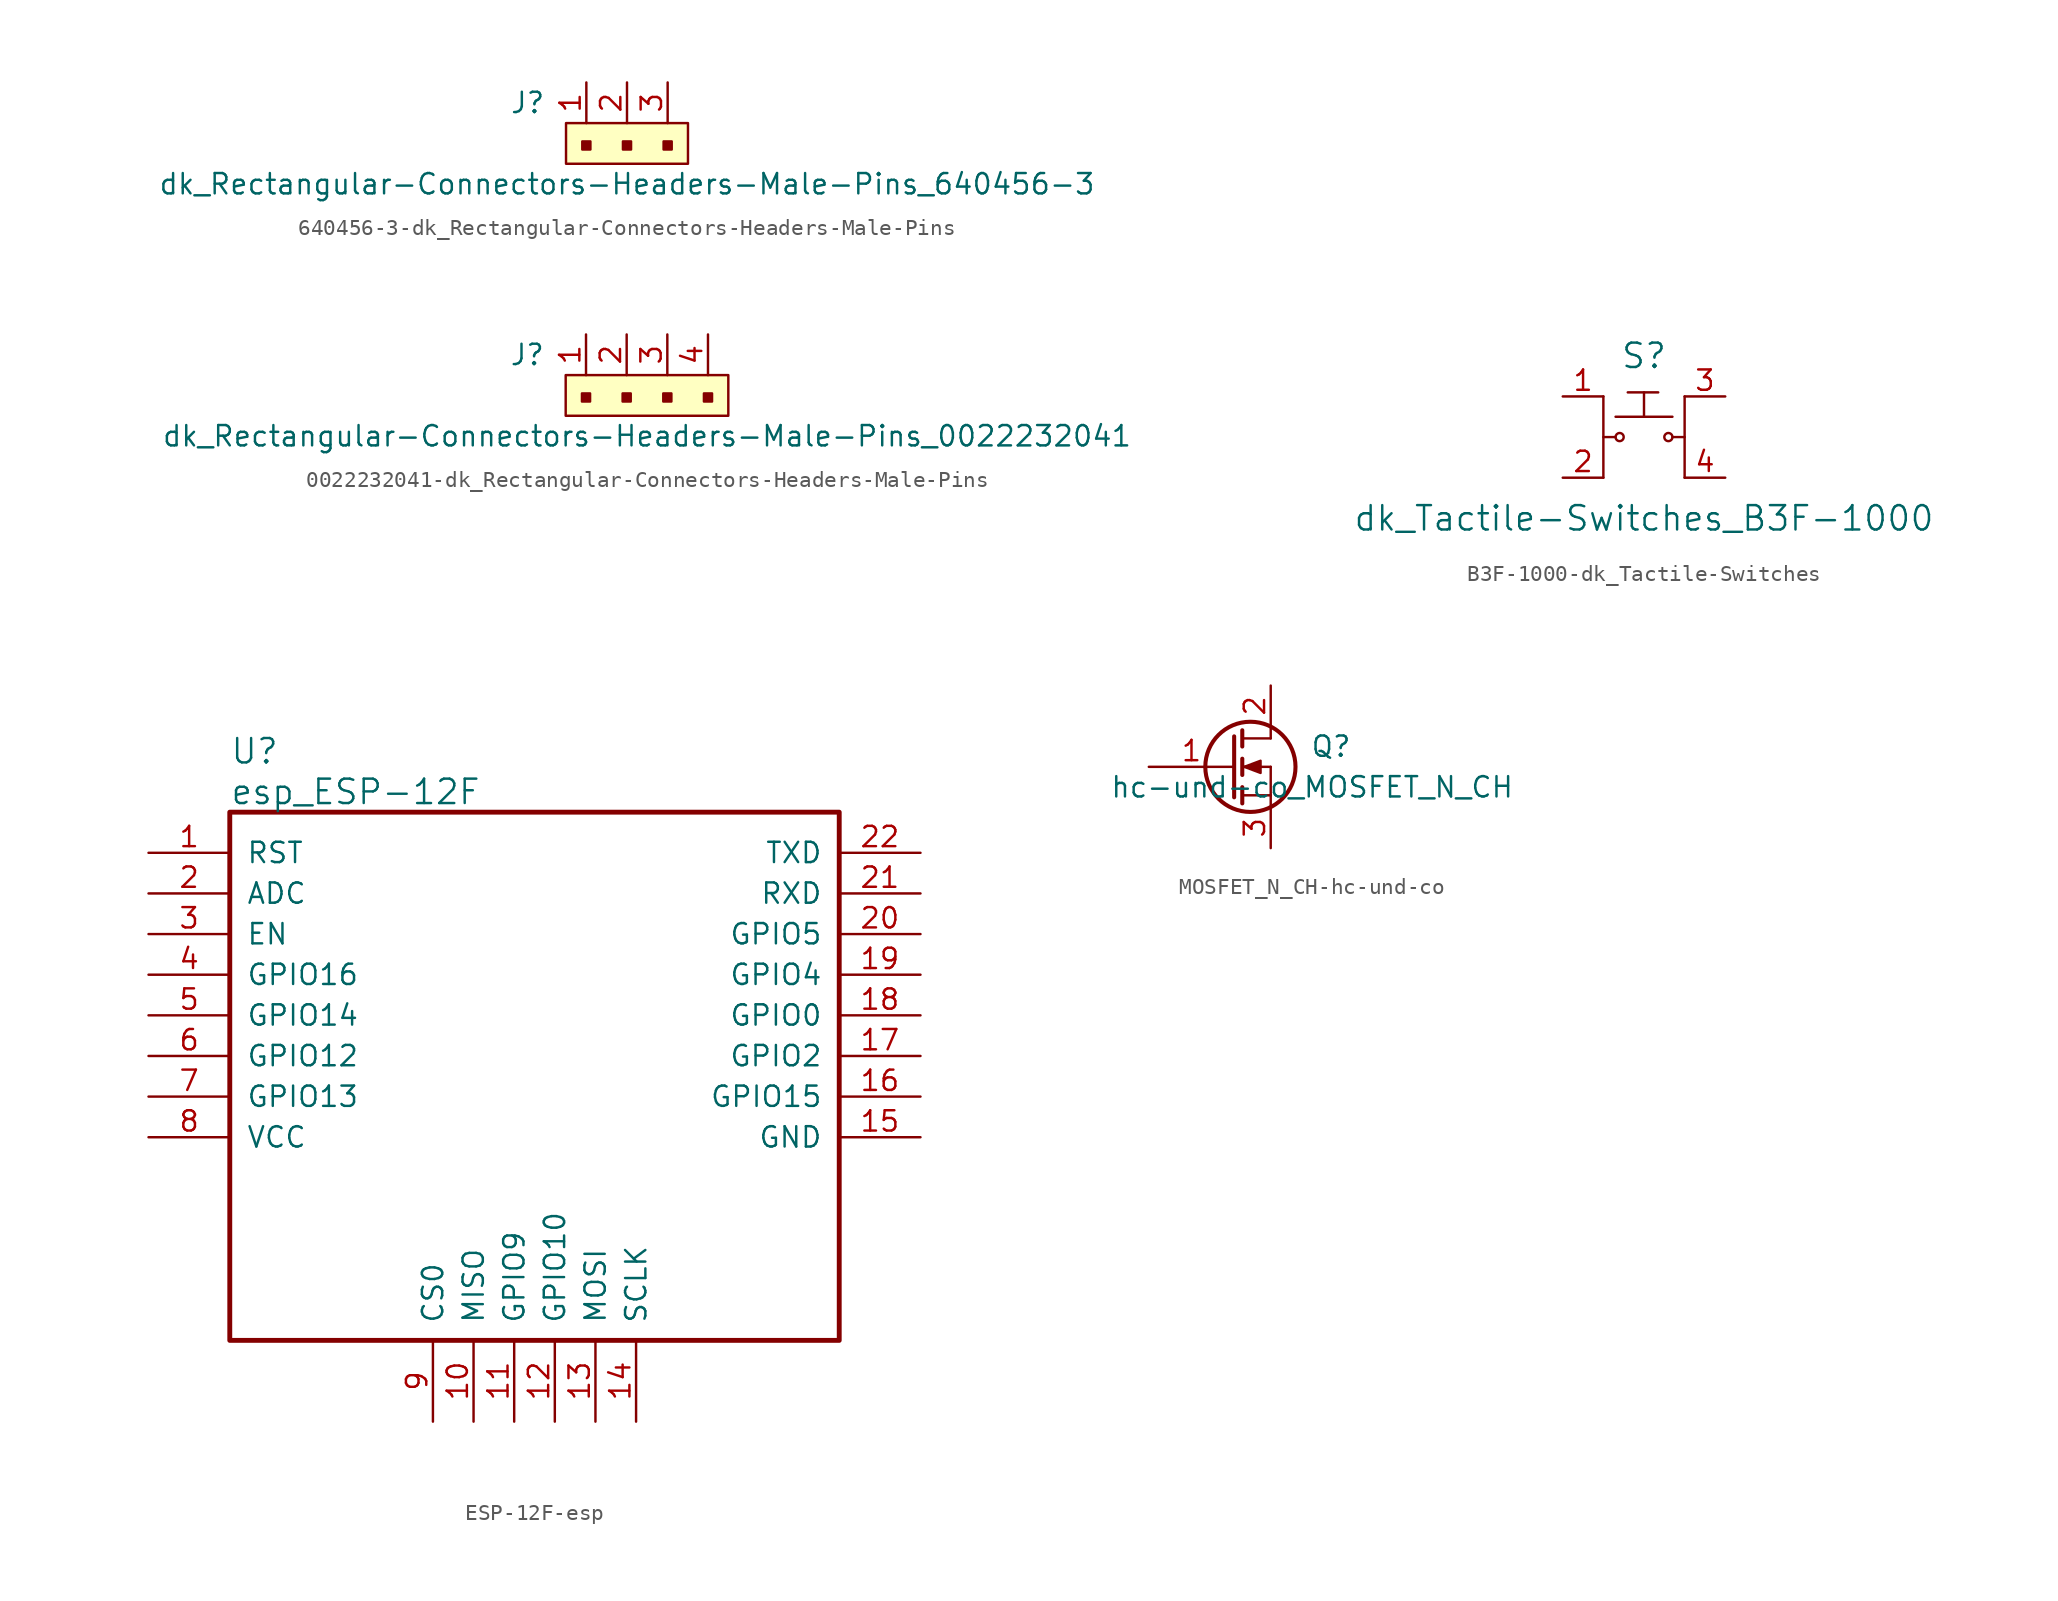
<source format=kicad_sym>
(kicad_symbol_lib
  (version 20220914)
  (generator kicad_symbol_editor)
  (symbol "640456-3-dk_Rectangular-Connectors-Headers-Male-Pins"
    (pin_names
      (offset 1.016))
    (property "Reference" "J"
      (at -2.54 1.27 0)
      (effects (font (size 1.27 1.27)) (justify right)))
    (property "Value" "dk_Rectangular-Connectors-Headers-Male-Pins_640456-3"
      (at 2.54 -3.81 0)
      (effects (font (size 1.27 1.27))))
    (symbol "640456-3-dk_Rectangular-Connectors-Headers-Male-Pins_1_1"
      (rectangle (start -1.27 0) (end 6.35 -2.54) (stroke (width 0) (type solid)) (fill (type background)))
      (rectangle (start -0.254 -1.143) (end 0.254 -1.651) (stroke (width 0) (type solid)) (fill (type outline)))
      (rectangle (start 2.286 -1.143) (end 2.794 -1.651) (stroke (width 0) (type solid)) (fill (type outline)))
      (rectangle (start 4.826 -1.143) (end 5.334 -1.651) (stroke (width 0) (type solid)) (fill (type outline)))
      (pin passive line (at 0 2.54 270) (length 2.54) (name "~" (effects (font (size 1.27 1.27)))) (number "1" (effects (font (size 1.27 1.27)))))
      (pin passive line (at 2.54 2.54 270) (length 2.54) (name "~" (effects (font (size 1.27 1.27)))) (number "2" (effects (font (size 1.27 1.27)))))
      (pin passive line (at 5.08 2.54 270) (length 2.54) (name "~" (effects (font (size 1.27 1.27)))) (number "3" (effects (font (size 1.27 1.27)))))))
  (symbol "0022232041-dk_Rectangular-Connectors-Headers-Male-Pins"
    (pin_names
      (offset 1.016))
    (property "Reference" "J"
      (at -2.54 1.27 0)
      (effects (font (size 1.27 1.27)) (justify right)))
    (property "Value" "dk_Rectangular-Connectors-Headers-Male-Pins_0022232041"
      (at 3.81 -3.81 0)
      (effects (font (size 1.27 1.27))))
    (symbol "0022232041-dk_Rectangular-Connectors-Headers-Male-Pins_1_1"
      (rectangle (start -1.27 0) (end 8.89 -2.54) (stroke (width 0) (type solid)) (fill (type background)))
      (rectangle (start -0.254 -1.143) (end 0.254 -1.651) (stroke (width 0) (type solid)) (fill (type outline)))
      (rectangle (start 2.286 -1.143) (end 2.794 -1.651) (stroke (width 0) (type solid)) (fill (type outline)))
      (rectangle (start 4.826 -1.143) (end 5.334 -1.651) (stroke (width 0) (type solid)) (fill (type outline)))
      (rectangle (start 7.366 -1.143) (end 7.874 -1.651) (stroke (width 0) (type solid)) (fill (type outline)))
      (pin passive line (at 0 2.54 270) (length 2.54) (name "~" (effects (font (size 1.27 1.27)))) (number "1" (effects (font (size 1.27 1.27)))))
      (pin passive line (at 2.54 2.54 270) (length 2.54) (name "~" (effects (font (size 1.27 1.27)))) (number "2" (effects (font (size 1.27 1.27)))))
      (pin passive line (at 5.08 2.54 270) (length 2.54) (name "~" (effects (font (size 1.27 1.27)))) (number "3" (effects (font (size 1.27 1.27)))))
      (pin passive line (at 7.62 2.54 270) (length 2.54) (name "~" (effects (font (size 1.27 1.27)))) (number "4" (effects (font (size 1.27 1.27)))))))
  (symbol "B3F-1000-dk_Tactile-Switches"
    (pin_names
      (offset 1.016))
    (property "Reference" "S"
      (at 0 5.08 0)
      (effects (font (size 1.524 1.524))))
    (property "Value" "dk_Tactile-Switches_B3F-1000"
      (at 0 -5.08 0)
      (effects (font (size 1.524 1.524))))
    (symbol "B3F-1000-dk_Tactile-Switches_0_1"
      (circle (center -1.524 0) (radius 0.254) (stroke (width 0) (type solid)) (fill (type none)))
      (polyline (pts (xy -2.54 2.54) (xy -2.54 -2.54)) (stroke (width 0) (type solid)) (fill (type none)))
      (polyline (pts (xy -1.778 0) (xy -2.54 0)) (stroke (width 0) (type solid)) (fill (type none)))
      (polyline (pts (xy -1.778 1.27) (xy 1.778 1.27)) (stroke (width 0) (type solid)) (fill (type none)))
      (polyline (pts (xy 2.54 -2.54) (xy 2.54 2.54)) (stroke (width 0) (type solid)) (fill (type none)))
      (polyline (pts (xy 2.54 0) (xy 1.778 0)) (stroke (width 0) (type solid)) (fill (type none)))
      (circle (center 1.524 0) (radius 0.254) (stroke (width 0) (type solid)) (fill (type none))))
    (symbol "B3F-1000-dk_Tactile-Switches_1_1"
      (polyline (pts (xy -1.016 2.794) (xy 0.889 2.794)) (stroke (width 0) (type solid)) (fill (type none)))
      (polyline (pts (xy 0 2.794) (xy 0 1.27)) (stroke (width 0) (type solid)) (fill (type none)))
      (pin passive line (at -5.08 2.54 0) (length 2.54) (name "~" (effects (font (size 1.27 1.27)))) (number "1" (effects (font (size 1.27 1.27)))))
      (pin passive line (at -5.08 -2.54 0) (length 2.54) (name "~" (effects (font (size 1.27 1.27)))) (number "2" (effects (font (size 1.27 1.27)))))
      (pin passive line (at 5.08 2.54 180) (length 2.54) (name "~" (effects (font (size 1.27 1.27)))) (number "3" (effects (font (size 1.27 1.27)))))
      (pin passive line (at 5.08 -2.54 180) (length 2.54) (name "~" (effects (font (size 1.27 1.27)))) (number "4" (effects (font (size 1.27 1.27)))))))
  (symbol "ESP-12F-esp"
    (pin_names
      (offset 1.016))
    (property "Reference" "U"
      (at 5.08 6.35 0)
      (effects (font (size 1.524 1.524)) (justify left)))
    (property "Value" "esp_ESP-12F"
      (at 5.08 3.81 0)
      (effects (font (size 1.524 1.524)) (justify left)))
    (property "ki_locked" ""
      (at 0 0 0)
      (effects (font (size 1.27 1.27))))
    (symbol "ESP-12F-esp_1_1"
      (rectangle (start 5.08 2.54) (end 43.18 -30.48) (stroke (width 0.305) (type solid)) (fill (type none)))
      (pin input line (at 0 0 0) (length 5.08) (name "RST" (effects (font (size 1.27 1.27)))) (number "1" (effects (font (size 1.27 1.27)))))
      (pin bidirectional line (at 20.32 -35.56 90) (length 5.08) (name "MISO" (effects (font (size 1.27 1.27)))) (number "10" (effects (font (size 1.27 1.27)))))
      (pin bidirectional line (at 22.86 -35.56 90) (length 5.08) (name "GPIO9" (effects (font (size 1.27 1.27)))) (number "11" (effects (font (size 1.27 1.27)))))
      (pin bidirectional line (at 25.4 -35.56 90) (length 5.08) (name "GPIO10" (effects (font (size 1.27 1.27)))) (number "12" (effects (font (size 1.27 1.27)))))
      (pin bidirectional line (at 27.94 -35.56 90) (length 5.08) (name "MOSI" (effects (font (size 1.27 1.27)))) (number "13" (effects (font (size 1.27 1.27)))))
      (pin bidirectional line (at 30.48 -35.56 90) (length 5.08) (name "SCLK" (effects (font (size 1.27 1.27)))) (number "14" (effects (font (size 1.27 1.27)))))
      (pin power_in line (at 48.26 -17.78 180) (length 5.08) (name "GND" (effects (font (size 1.27 1.27)))) (number "15" (effects (font (size 1.27 1.27)))))
      (pin bidirectional line (at 48.26 -15.24 180) (length 5.08) (name "GPIO15" (effects (font (size 1.27 1.27)))) (number "16" (effects (font (size 1.27 1.27)))))
      (pin bidirectional line (at 48.26 -12.7 180) (length 5.08) (name "GPIO2" (effects (font (size 1.27 1.27)))) (number "17" (effects (font (size 1.27 1.27)))))
      (pin bidirectional line (at 48.26 -10.16 180) (length 5.08) (name "GPIO0" (effects (font (size 1.27 1.27)))) (number "18" (effects (font (size 1.27 1.27)))))
      (pin bidirectional line (at 48.26 -7.62 180) (length 5.08) (name "GPIO4" (effects (font (size 1.27 1.27)))) (number "19" (effects (font (size 1.27 1.27)))))
      (pin passive line (at 0 -2.54 0) (length 5.08) (name "ADC" (effects (font (size 1.27 1.27)))) (number "2" (effects (font (size 1.27 1.27)))))
      (pin bidirectional line (at 48.26 -5.08 180) (length 5.08) (name "GPIO5" (effects (font (size 1.27 1.27)))) (number "20" (effects (font (size 1.27 1.27)))))
      (pin input line (at 48.26 -2.54 180) (length 5.08) (name "RXD" (effects (font (size 1.27 1.27)))) (number "21" (effects (font (size 1.27 1.27)))))
      (pin output line (at 48.26 0 180) (length 5.08) (name "TXD" (effects (font (size 1.27 1.27)))) (number "22" (effects (font (size 1.27 1.27)))))
      (pin input line (at 0 -5.08 0) (length 5.08) (name "EN" (effects (font (size 1.27 1.27)))) (number "3" (effects (font (size 1.27 1.27)))))
      (pin bidirectional line (at 0 -7.62 0) (length 5.08) (name "GPIO16" (effects (font (size 1.27 1.27)))) (number "4" (effects (font (size 1.27 1.27)))))
      (pin bidirectional line (at 0 -10.16 0) (length 5.08) (name "GPIO14" (effects (font (size 1.27 1.27)))) (number "5" (effects (font (size 1.27 1.27)))))
      (pin bidirectional line (at 0 -12.7 0) (length 5.08) (name "GPIO12" (effects (font (size 1.27 1.27)))) (number "6" (effects (font (size 1.27 1.27)))))
      (pin bidirectional line (at 0 -15.24 0) (length 5.08) (name "GPIO13" (effects (font (size 1.27 1.27)))) (number "7" (effects (font (size 1.27 1.27)))))
      (pin power_in line (at 0 -17.78 0) (length 5.08) (name "VCC" (effects (font (size 1.27 1.27)))) (number "8" (effects (font (size 1.27 1.27)))))
      (pin bidirectional line (at 17.78 -35.56 90) (length 5.08) (name "CS0" (effects (font (size 1.27 1.27)))) (number "9" (effects (font (size 1.27 1.27)))))))
  (symbol "MOSFET_N_CH-hc-und-co"
    (pin_names
      (offset 0) hide)
    (property "Reference" "Q"
      (at 7.62 1.27 0)
      (effects (font (size 1.27 1.27)) (justify right)))
    (property "Value" "hc-und-co_MOSFET_N_CH"
      (at 17.78 -1.27 0)
      (effects (font (size 1.27 1.27)) (justify right)))
    (property "Footprint" ""
      (at 5.08 2.54 0)
      (effects (font (size 1.27 1.27))))
    (property "Datasheet" ""
      (at 0 0 0)
      (effects (font (size 1.27 1.27))))
    (symbol "MOSFET_N_CH-hc-und-co_0_1"
      (polyline (pts (xy 0.762 -1.778) (xy 2.54 -1.778)) (stroke (width 0) (type solid)) (fill (type none)))
      (polyline (pts (xy 0.762 -1.27) (xy 0.762 -2.286)) (stroke (width 0.254) (type solid)) (fill (type none)))
      (polyline (pts (xy 0.762 0) (xy 2.54 0)) (stroke (width 0) (type solid)) (fill (type none)))
      (polyline (pts (xy 0.762 0.508) (xy 0.762 -0.508)) (stroke (width 0.254) (type solid)) (fill (type none)))
      (polyline (pts (xy 0.762 1.778) (xy 2.54 1.778)) (stroke (width 0) (type solid)) (fill (type none)))
      (polyline (pts (xy 0.762 2.286) (xy 0.762 1.27)) (stroke (width 0.254) (type solid)) (fill (type none)))
      (polyline (pts (xy 2.54 -1.778) (xy 2.54 -2.54)) (stroke (width 0) (type solid)) (fill (type none)))
      (polyline (pts (xy 2.54 -1.778) (xy 2.54 0)) (stroke (width 0) (type solid)) (fill (type none)))
      (polyline (pts (xy 2.54 2.54) (xy 2.54 1.778)) (stroke (width 0) (type solid)) (fill (type none)))
      (polyline (pts (xy 0.254 1.905) (xy 0.254 -1.905) (xy 0.254 -1.905)) (stroke (width 0.254) (type solid)) (fill (type none)))
      (polyline (pts (xy 0.889 0) (xy 1.905 0.381) (xy 1.905 -0.381) (xy 0.889 0)) (stroke (width 0) (type solid)) (fill (type outline)))
      (circle (center 1.27 0) (radius 2.819) (stroke (width 0.254) (type solid)) (fill (type none))))
    (symbol "MOSFET_N_CH-hc-und-co_1_1"
      (pin input line (at -5.08 0 0) (length 5.334) (name "G" (effects (font (size 1.27 1.27)))) (number "1" (effects (font (size 1.27 1.27)))))
      (pin passive line (at 2.54 5.08 270) (length 2.54) (name "D" (effects (font (size 1.27 1.27)))) (number "2" (effects (font (size 1.27 1.27)))))
      (pin passive line (at 2.54 -5.08 90) (length 2.54) (name "S" (effects (font (size 1.27 1.27)))) (number "3" (effects (font (size 1.27 1.27))))))))
</source>
